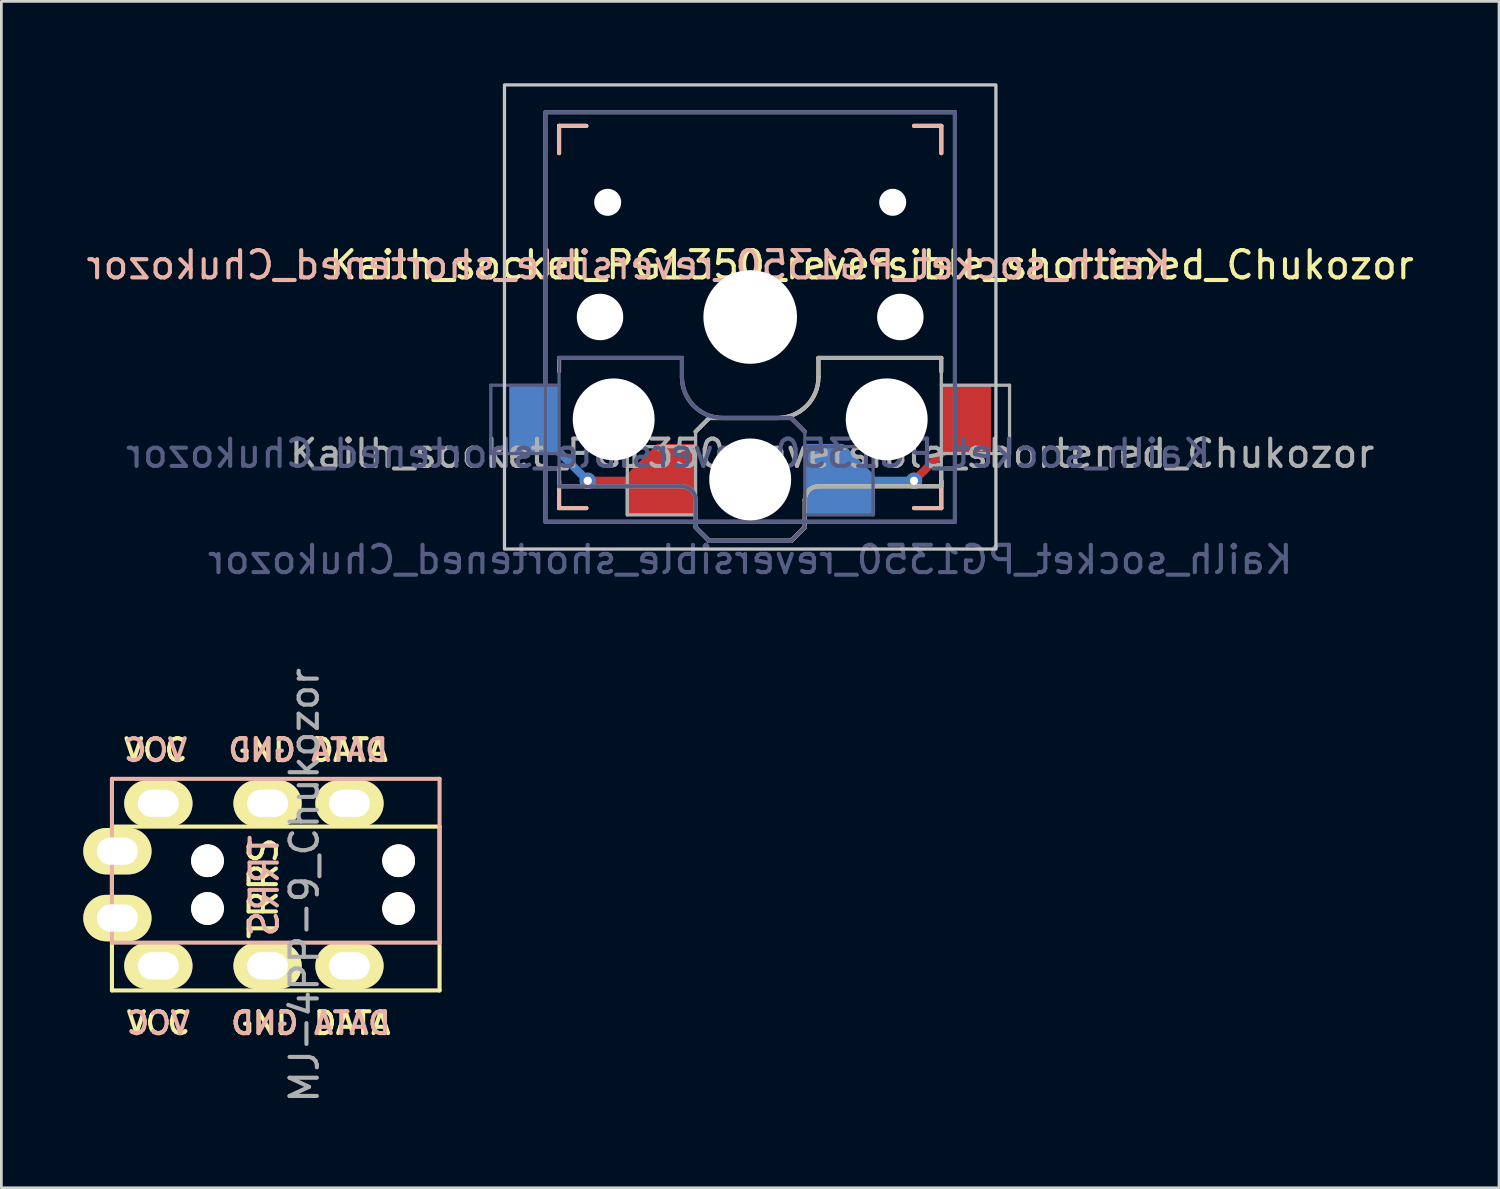
<source format=kicad_pcb>
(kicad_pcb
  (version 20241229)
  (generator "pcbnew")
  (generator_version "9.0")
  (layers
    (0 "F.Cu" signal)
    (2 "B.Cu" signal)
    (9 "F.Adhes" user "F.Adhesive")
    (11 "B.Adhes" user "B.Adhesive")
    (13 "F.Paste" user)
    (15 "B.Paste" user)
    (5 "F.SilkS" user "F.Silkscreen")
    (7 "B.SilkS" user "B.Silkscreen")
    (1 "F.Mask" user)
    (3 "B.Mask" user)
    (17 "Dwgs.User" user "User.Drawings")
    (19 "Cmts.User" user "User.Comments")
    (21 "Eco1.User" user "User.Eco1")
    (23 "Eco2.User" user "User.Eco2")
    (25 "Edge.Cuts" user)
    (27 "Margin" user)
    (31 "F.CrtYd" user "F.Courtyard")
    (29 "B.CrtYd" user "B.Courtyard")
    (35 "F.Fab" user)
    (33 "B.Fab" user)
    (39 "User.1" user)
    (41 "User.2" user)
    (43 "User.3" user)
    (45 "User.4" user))
  (footprint "MJ-4PP-9_Chukozor"
    (layer "F.Cu")
    (at 6.85 29.326)
    (property "Reference" "MJ-4PP-9_Chukozor" (at 1.25 0.05 270) (layer "F.Fab") (effects (font (size 1 1) (thickness 0.15))))
    (attr through_hole)
    (fp_line (start -5.8 -2.1) (end 6.2 -2.1) (stroke (width 0.15) (type solid)) (layer "F.SilkS"))
    (fp_line (start -5.8 3.9) (end -5.8 -2.1) (stroke (width 0.15) (type solid)) (layer "F.SilkS"))
    (fp_line (start 6.2 -2.1) (end 6.2 3.9) (stroke (width 0.15) (type solid)) (layer "F.SilkS"))
    (fp_line (start 6.2 3.9) (end -5.8 3.9) (stroke (width 0.15) (type solid)) (layer "F.SilkS"))
    (fp_line (start -5.8 -3.85) (end 6.2 -3.85) (stroke (width 0.15) (type solid)) (layer "B.SilkS"))
    (fp_line (start -5.8 2.15) (end -5.8 -3.85) (stroke (width 0.15) (type solid)) (layer "B.SilkS"))
    (fp_line (start 6.2 -3.85) (end 6.2 2.15) (stroke (width 0.15) (type solid)) (layer "B.SilkS"))
    (fp_line (start 6.2 2.15) (end -5.8 2.15) (stroke (width 0.15) (type solid)) (layer "B.SilkS"))
    (fp_text user "GND" (at -0.2 5.1 0) (unlocked yes) (layer "F.SilkS") (effects (font (size 0.8 0.8) (thickness 0.15) (bold yes))))
    (fp_text user "DATA" (at 2.9 -4.9 0) (unlocked yes) (layer "F.SilkS") (effects (font (size 0.8 0.8) (thickness 0.15) (bold yes))))
    (fp_text user "DATA" (at 3 5.1 0) (unlocked yes) (layer "F.SilkS") (effects (font (size 0.8 0.8) (thickness 0.15) (bold yes))))
    (fp_text user "TRRS" (at -0.25 0.15 270) (layer "F.SilkS") (effects (font (size 1 1) (thickness 0.15))))
    (fp_text user "GND" (at -0.3 -4.9 0) (unlocked yes) (layer "F.SilkS") (effects (font (size 0.8 0.8) (thickness 0.15) (bold yes))))
    (fp_text user "VCC" (at -4.1 5.1 0) (unlocked yes) (layer "F.SilkS") (effects (font (size 0.8 0.8) (thickness 0.15) (bold yes))))
    (fp_text user "VCC" (at -4.2 -4.9 0) (unlocked yes) (layer "F.SilkS") (effects (font (size 0.8 0.8) (thickness 0.15) (bold yes))))
    (fp_text user "VCC" (at -4.1 5.1 0) (unlocked yes) (layer "B.SilkS") (effects (font (size 0.8 0.8) (thickness 0.15) (bold yes)) (justify mirror)))
    (fp_text user "VCC" (at -4.2 -4.9 0) (unlocked yes) (layer "B.SilkS") (effects (font (size 0.8 0.8) (thickness 0.15) (bold yes)) (justify mirror)))
    (fp_text user "DATA" (at 2.9 -4.9 0) (unlocked yes) (layer "B.SilkS") (effects (font (size 0.8 0.8) (thickness 0.15) (bold yes)) (justify mirror)))
    (fp_text user "GND" (at -0.3 -4.9 0) (unlocked yes) (layer "B.SilkS") (effects (font (size 0.8 0.8) (thickness 0.15) (bold yes)) (justify mirror)))
    (fp_text user "GND" (at -0.2 5.1 0) (unlocked yes) (layer "B.SilkS") (effects (font (size 0.8 0.8) (thickness 0.15) (bold yes)) (justify mirror)))
    (fp_text user "DATA" (at 3 5.1 0) (unlocked yes) (layer "B.SilkS") (effects (font (size 0.8 0.8) (thickness 0.15) (bold yes)) (justify mirror)))
    (fp_text user "TRRS" (at -0.213 0.074 270) (layer "B.SilkS") (effects (font (size 1 1) (thickness 0.15)) (justify mirror)))
    (pad "" np_thru_hole circle (at -2.3 -0.85 270) (size 1.2 1.2) (drill 1.2) (layers "*.Cu" "*.Mask" "F.SilkS"))
    (pad "" np_thru_hole circle (at -2.3 0.9 270) (size 1.2 1.2) (drill 1.2) (layers "*.Cu" "*.Mask" "F.SilkS"))
    (pad "" np_thru_hole circle (at 4.7 -0.85 270) (size 1.2 1.2) (drill 1.2) (layers "*.Cu" "*.Mask" "F.SilkS"))
    (pad "" np_thru_hole circle (at 4.7 0.9 270) (size 1.2 1.2) (drill 1.2) (layers "*.Cu" "*.Mask" "F.SilkS"))
    (pad "A" thru_hole oval (at -5.6 -1.2 270) (size 1.7 2.5) (drill oval 1 1.5) (layers "*.Cu" "*.Mask" "F.SilkS"))
    (pad "A" thru_hole oval (at -5.6 1.25 270) (size 1.7 2.5) (drill oval 1 1.5) (layers "*.Cu" "*.Mask" "F.SilkS"))
    (pad "B" thru_hole oval (at 2.9 -2.95 270) (size 1.7 2.5) (drill oval 1 1.5) (layers "*.Cu" "*.Mask" "F.SilkS"))
    (pad "B" thru_hole oval (at 2.9 3 270) (size 1.7 2.5) (drill oval 1 1.5) (layers "*.Cu" "*.Mask" "F.SilkS"))
    (pad "C" thru_hole oval (at -0.1 -2.95 270) (size 1.7 2.5) (drill oval 1 1.5) (layers "*.Cu" "*.Mask" "F.SilkS"))
    (pad "C" thru_hole oval (at -0.1 3 270) (size 1.7 2.5) (drill oval 1 1.5) (layers "*.Cu" "*.Mask" "F.SilkS"))
    (pad "D" thru_hole oval (at -4.1 -2.95 270) (size 1.7 2.5) (drill oval 1 1.5) (layers "*.Cu" "*.Mask" "F.SilkS"))
    (pad "D" thru_hole oval (at -4.1 3 270) (size 1.7 2.5) (drill oval 1 1.5) (layers "*.Cu" "*.Mask" "F.SilkS")))
  (footprint "Kailh_socket_PG1350_reversible_shortened_Chukozor"
    (layer "F.Cu")
    (at 24.427 8.56)
    (property "Reference" "Kailh_socket_PG1350_reversible_shortened_Chukozor" (at 4.445 -1.905 0) (layer "F.SilkS") (effects (font (size 1 1) (thickness 0.15))))
    (property "Value" "Kailh_socket_PG1350_reversible_shortened_Chukozor" (at 0 8.89 0) (layer "F.Fab") (hide yes) (effects (font (size 1 1) (thickness 0.15))))
    (attr smd)
    (fp_line (start -7 -7) (end -6 -7) (stroke (width 0.15) (type solid)) (layer "F.SilkS"))
    (fp_line (start -7 -6) (end -7 -7) (stroke (width 0.15) (type solid)) (layer "F.SilkS"))
    (fp_line (start -7 7) (end -7 6) (stroke (width 0.15) (type solid)) (layer "F.SilkS"))
    (fp_line (start -6 7) (end -7 7) (stroke (width 0.15) (type solid)) (layer "F.SilkS"))
    (fp_line (start -2 4.2) (end -1.5 3.7) (stroke (width 0.15) (type solid)) (layer "F.SilkS"))
    (fp_line (start -2 7.7) (end -1.5 8.2) (stroke (width 0.15) (type solid)) (layer "F.SilkS"))
    (fp_line (start -1.5 3.7) (end 1 3.7) (stroke (width 0.15) (type solid)) (layer "F.SilkS"))
    (fp_line (start -1.5 8.2) (end 1.5 8.2) (stroke (width 0.15) (type solid)) (layer "F.SilkS"))
    (fp_line (start 1.5 8.2) (end 2 7.7) (stroke (width 0.15) (type solid)) (layer "F.SilkS"))
    (fp_line (start 2 6.7) (end 2 7.7) (stroke (width 0.15) (type solid)) (layer "F.SilkS"))
    (fp_line (start 2.5 1.5) (end 7 1.5) (stroke (width 0.15) (type solid)) (layer "F.SilkS"))
    (fp_line (start 2.5 2.2) (end 2.5 1.5) (stroke (width 0.15) (type solid)) (layer "F.SilkS"))
    (fp_line (start 6 -7) (end 7 -7) (stroke (width 0.15) (type solid)) (layer "F.SilkS"))
    (fp_line (start 7 -7) (end 7 -6) (stroke (width 0.15) (type solid)) (layer "F.SilkS"))
    (fp_line (start 7 1.5) (end 7 2) (stroke (width 0.15) (type solid)) (layer "F.SilkS"))
    (fp_line (start 7 5.6) (end 7 6.2) (stroke (width 0.15) (type solid)) (layer "F.SilkS"))
    (fp_line (start 7 6) (end 7 7) (stroke (width 0.15) (type solid)) (layer "F.SilkS"))
    (fp_line (start 7 6.2) (end 2.5 6.2) (stroke (width 0.15) (type solid)) (layer "F.SilkS"))
    (fp_line (start 7 7) (end 6 7) (stroke (width 0.15) (type solid)) (layer "F.SilkS"))
    (fp_arc (start 2 6.7) (mid 2.146447 6.346447) (end 2.5 6.2) (stroke (width 0.15) (type solid)) (layer "F.SilkS"))
    (fp_arc (start 2.5 2.2) (mid 2.06066 3.26066) (end 1 3.7) (stroke (width 0.15) (type solid)) (layer "F.SilkS"))
    (fp_line (start -7 -7) (end -6 -7) (stroke (width 0.15) (type solid)) (layer "B.SilkS"))
    (fp_line (start -7 -6) (end -7 -7) (stroke (width 0.15) (type solid)) (layer "B.SilkS"))
    (fp_line (start -7 1.5) (end -7 2) (stroke (width 0.15) (type solid)) (layer "B.SilkS"))
    (fp_line (start -7 5.6) (end -7 6.2) (stroke (width 0.15) (type solid)) (layer "B.SilkS"))
    (fp_line (start -7 6.2) (end -2.5 6.2) (stroke (width 0.15) (type solid)) (layer "B.SilkS"))
    (fp_line (start -7 7) (end -7 6) (stroke (width 0.15) (type solid)) (layer "B.SilkS"))
    (fp_line (start -6 7) (end -7 7) (stroke (width 0.15) (type solid)) (layer "B.SilkS"))
    (fp_line (start -2.5 1.5) (end -7 1.5) (stroke (width 0.15) (type solid)) (layer "B.SilkS"))
    (fp_line (start -2.5 2.2) (end -2.5 1.5) (stroke (width 0.15) (type solid)) (layer "B.SilkS"))
    (fp_line (start -2 6.7) (end -2 7.7) (stroke (width 0.15) (type solid)) (layer "B.SilkS"))
    (fp_line (start -1.5 8.2) (end -2 7.7) (stroke (width 0.15) (type solid)) (layer "B.SilkS"))
    (fp_line (start 1.5 3.7) (end -1 3.7) (stroke (width 0.15) (type solid)) (layer "B.SilkS"))
    (fp_line (start 1.5 8.2) (end -1.5 8.2) (stroke (width 0.15) (type solid)) (layer "B.SilkS"))
    (fp_line (start 2 4.2) (end 1.5 3.7) (stroke (width 0.15) (type solid)) (layer "B.SilkS"))
    (fp_line (start 2 7.7) (end 1.5 8.2) (stroke (width 0.15) (type solid)) (layer "B.SilkS"))
    (fp_line (start 6 -7) (end 7 -7) (stroke (width 0.15) (type solid)) (layer "B.SilkS"))
    (fp_line (start 7 -7) (end 7 -6) (stroke (width 0.15) (type solid)) (layer "B.SilkS"))
    (fp_line (start 7 6) (end 7 7) (stroke (width 0.15) (type solid)) (layer "B.SilkS"))
    (fp_line (start 7 7) (end 6 7) (stroke (width 0.15) (type solid)) (layer "B.SilkS"))
    (fp_arc (start -2.5 6.2) (mid -2.146447 6.346447) (end -2 6.7) (stroke (width 0.15) (type solid)) (layer "B.SilkS"))
    (fp_arc (start -1 3.7) (mid -2.06066 3.26066) (end -2.5 2.2) (stroke (width 0.15) (type solid)) (layer "B.SilkS"))
    (fp_rect (start -9 -8.5) (end 9 8.5) (stroke (width 0.12) (type solid)) (fill no) (layer "Dwgs.User"))
    (fp_line (start -6.9 6.9) (end -6.9 -6.9) (stroke (width 0.15) (type solid)) (layer "Eco2.User"))
    (fp_line (start -6.9 6.9) (end 6.9 6.9) (stroke (width 0.15) (type solid)) (layer "Eco2.User"))
    (fp_line (start -2.6 -3.1) (end -2.6 -6.3) (stroke (width 0.15) (type solid)) (layer "Eco2.User"))
    (fp_line (start -2.6 -3.1) (end 2.6 -3.1) (stroke (width 0.15) (type solid)) (layer "Eco2.User"))
    (fp_line (start 2.6 -6.3) (end -2.6 -6.3) (stroke (width 0.15) (type solid)) (layer "Eco2.User"))
    (fp_line (start 2.6 -3.1) (end 2.6 -6.3) (stroke (width 0.15) (type solid)) (layer "Eco2.User"))
    (fp_line (start 6.9 -6.9) (end -6.9 -6.9) (stroke (width 0.15) (type solid)) (layer "Eco2.User"))
    (fp_line (start 6.9 -6.9) (end 6.9 6.9) (stroke (width 0.15) (type solid)) (layer "Eco2.User"))
    (fp_line (start -9.5 2.5) (end -7 2.5) (stroke (width 0.12) (type solid)) (layer "B.Fab"))
    (fp_line (start -9.5 5) (end -9.5 2.5) (stroke (width 0.12) (type solid)) (layer "B.Fab"))
    (fp_line (start -7.5 -7.5) (end 7.5 -7.5) (stroke (width 0.15) (type solid)) (layer "B.Fab"))
    (fp_line (start -7.5 7.5) (end -7.5 -7.5) (stroke (width 0.15) (type solid)) (layer "B.Fab"))
    (fp_line (start -7 1.5) (end -7 6.2) (stroke (width 0.12) (type solid)) (layer "B.Fab"))
    (fp_line (start -7 5) (end -9.5 5) (stroke (width 0.12) (type solid)) (layer "B.Fab"))
    (fp_line (start -7 6.2) (end -2.5 6.2) (stroke (width 0.15) (type solid)) (layer "B.Fab"))
    (fp_line (start -2.5 1.5) (end -7 1.5) (stroke (width 0.15) (type solid)) (layer "B.Fab"))
    (fp_line (start -2.5 2.2) (end -2.5 1.5) (stroke (width 0.15) (type solid)) (layer "B.Fab"))
    (fp_line (start -2 6.7) (end -2 7.7) (stroke (width 0.15) (type solid)) (layer "B.Fab"))
    (fp_line (start -1.5 8.2) (end -2 7.7) (stroke (width 0.15) (type solid)) (layer "B.Fab"))
    (fp_line (start 1.5 3.7) (end -1 3.7) (stroke (width 0.15) (type solid)) (layer "B.Fab"))
    (fp_line (start 1.5 8.2) (end -1.5 8.2) (stroke (width 0.15) (type solid)) (layer "B.Fab"))
    (fp_line (start 2 4.2) (end 1.5 3.7) (stroke (width 0.15) (type solid)) (layer "B.Fab"))
    (fp_line (start 2 4.25) (end 2 7.7) (stroke (width 0.12) (type solid)) (layer "B.Fab"))
    (fp_line (start 2 4.75) (end 4.5 4.75) (stroke (width 0.12) (type solid)) (layer "B.Fab"))
    (fp_line (start 2 7.7) (end 1.5 8.2) (stroke (width 0.15) (type solid)) (layer "B.Fab"))
    (fp_line (start 4.5 4.75) (end 4.5 7.25) (stroke (width 0.12) (type solid)) (layer "B.Fab"))
    (fp_line (start 4.5 7.25) (end 2 7.25) (stroke (width 0.12) (type solid)) (layer "B.Fab"))
    (fp_line (start 7.5 -7.5) (end 7.5 7.5) (stroke (width 0.15) (type solid)) (layer "B.Fab"))
    (fp_line (start 7.5 7.5) (end -7.5 7.5) (stroke (width 0.15) (type solid)) (layer "B.Fab"))
    (fp_arc (start -2.5 6.2) (mid -2.146447 6.346447) (end -2 6.7) (stroke (width 0.15) (type solid)) (layer "B.Fab"))
    (fp_arc (start -1 3.7) (mid -2.06066 3.26066) (end -2.5 2.2) (stroke (width 0.15) (type solid)) (layer "B.Fab"))
    (fp_line (start -7.5 -7.5) (end 7.5 -7.5) (stroke (width 0.15) (type solid)) (layer "F.Fab"))
    (fp_line (start -7.5 7.5) (end -7.5 -7.5) (stroke (width 0.15) (type solid)) (layer "F.Fab"))
    (fp_line (start -4.5 4.75) (end -4.5 7.25) (stroke (width 0.12) (type solid)) (layer "F.Fab"))
    (fp_line (start -4.5 7.25) (end -2 7.25) (stroke (width 0.12) (type solid)) (layer "F.Fab"))
    (fp_line (start -2 4.2) (end -1.5 3.7) (stroke (width 0.15) (type solid)) (layer "F.Fab"))
    (fp_line (start -2 4.25) (end -2 7.7) (stroke (width 0.12) (type solid)) (layer "F.Fab"))
    (fp_line (start -2 4.75) (end -4.5 4.75) (stroke (width 0.12) (type solid)) (layer "F.Fab"))
    (fp_line (start -2 7.7) (end -1.5 8.2) (stroke (width 0.15) (type solid)) (layer "F.Fab"))
    (fp_line (start -1.5 3.7) (end 1 3.7) (stroke (width 0.15) (type solid)) (layer "F.Fab"))
    (fp_line (start -1.5 8.2) (end 1.5 8.2) (stroke (width 0.15) (type solid)) (layer "F.Fab"))
    (fp_line (start 1.5 8.2) (end 2 7.7) (stroke (width 0.15) (type solid)) (layer "F.Fab"))
    (fp_line (start 2 6.7) (end 2 7.7) (stroke (width 0.15) (type solid)) (layer "F.Fab"))
    (fp_line (start 2.5 1.5) (end 7 1.5) (stroke (width 0.15) (type solid)) (layer "F.Fab"))
    (fp_line (start 2.5 2.2) (end 2.5 1.5) (stroke (width 0.15) (type solid)) (layer "F.Fab"))
    (fp_line (start 7 1.5) (end 7 6.2) (stroke (width 0.12) (type solid)) (layer "F.Fab"))
    (fp_line (start 7 5) (end 9.5 5) (stroke (width 0.12) (type solid)) (layer "F.Fab"))
    (fp_line (start 7 6.2) (end 2.5 6.2) (stroke (width 0.15) (type solid)) (layer "F.Fab"))
    (fp_line (start 7.5 -7.5) (end 7.5 7.5) (stroke (width 0.15) (type solid)) (layer "F.Fab"))
    (fp_line (start 7.5 7.5) (end -7.5 7.5) (stroke (width 0.15) (type solid)) (layer "F.Fab"))
    (fp_line (start 9.5 2.5) (end 7 2.5) (stroke (width 0.12) (type solid)) (layer "F.Fab"))
    (fp_line (start 9.5 5) (end 9.5 2.5) (stroke (width 0.12) (type solid)) (layer "F.Fab"))
    (fp_arc (start 2 6.7) (mid 2.146447 6.346447) (end 2.5 6.2) (stroke (width 0.15) (type solid)) (layer "F.Fab"))
    (fp_arc (start 2.5 2.2) (mid 2.06066 3.26066) (end 1 3.7) (stroke (width 0.15) (type solid)) (layer "F.Fab"))
    (fp_text user "${REFERENCE}" (at -4.445 -1.905 0) (layer "B.SilkS") (effects (font (size 1 1) (thickness 0.15)) (justify mirror)))
    (fp_text user "${VALUE}" (at 0 8.89 0) (layer "B.Fab") (effects (font (size 1 1) (thickness 0.15)) (justify mirror)))
    (fp_text user "${REFERENCE}" (at -3 5 0) (layer "B.Fab") (effects (font (size 1 1) (thickness 0.15)) (justify mirror)))
    (fp_text user "${REFERENCE}" (at 3 5 180) (layer "F.Fab") (effects (font (size 1 1) (thickness 0.15))))
    (pad "" np_thru_hole circle (at -5.5 0) (size 1.702 1.702) (drill 1.702) (layers "*.Cu" "*.Mask"))
    (pad "" np_thru_hole circle (at -5.22 -4.2) (size 0.991 0.991) (drill 0.991) (layers "*.Cu" "*.Mask"))
    (pad "" np_thru_hole circle (at -5 3.75) (size 3 3) (drill 3) (layers "*.Cu" "*.Mask"))
    (pad "" np_thru_hole circle (at 0 0) (size 3.429 3.429) (drill 3.429) (layers "*.Cu" "*.Mask"))
    (pad "" np_thru_hole circle (at 0 5.95) (size 3 3) (drill 3) (layers "*.Cu" "*.Mask"))
    (pad "" np_thru_hole circle (at 5 3.75) (size 3 3) (drill 3) (layers "*.Cu" "*.Mask"))
    (pad "" np_thru_hole circle (at 5.22 -4.2) (size 0.991 0.991) (drill 0.991) (layers "*.Cu" "*.Mask"))
    (pad "" np_thru_hole circle (at 5.5 0) (size 1.702 1.702) (drill 1.702) (layers "*.Cu" "*.Mask"))
    (pad "1" smd rect (at -7.9 3.75) (size 1.85 2.6) (layers "B.Cu" "B.Mask" "B.Paste"))
    (pad "1" smd rect (at -6.7 5.25 315) (size 1.75 0.3) (layers "B.Cu"))
    (pad "1" thru_hole circle (at -5.95 6) (size 0.6 0.6) (drill 0.3) (layers "*.Cu"))
    (pad "1" smd rect (at -5.075 6) (size 1.45 0.3) (layers "F.Cu"))
    (pad "1" smd roundrect (at -3.275 5.95) (size 2.6 2.6) (layers "F.Cu" "F.Mask" "F.Paste") (roundrect_rratio 0) (chamfer_ratio 0.45) (chamfer top_left))
    (pad "1" smd rect (at 5.125 6) (size 1.45 0.3) (layers "B.Cu"))
    (pad "1" thru_hole circle (at 6 6) (size 0.6 0.6) (drill 0.3) (layers "*.Cu"))
    (pad "1" smd rect (at 6.75 5.25 45) (size 1.75 0.3) (layers "F.Cu"))
    (pad "2" smd roundrect (at 3.275 5.95) (size 2.6 2.6) (layers "B.Cu" "B.Mask" "B.Paste") (roundrect_rratio 0) (chamfer_ratio 0.45) (chamfer top_right))
    (pad "2" smd rect (at 7.9 3.75) (size 1.85 2.6) (layers "F.Cu" "F.Mask" "F.Paste")))
  (gr_rect
    (start -3 -3)
    (end 51.854 40.453)
    (stroke (width 0.1) (type default))
    (fill no)
    (layer "Edge.Cuts")))
</source>
